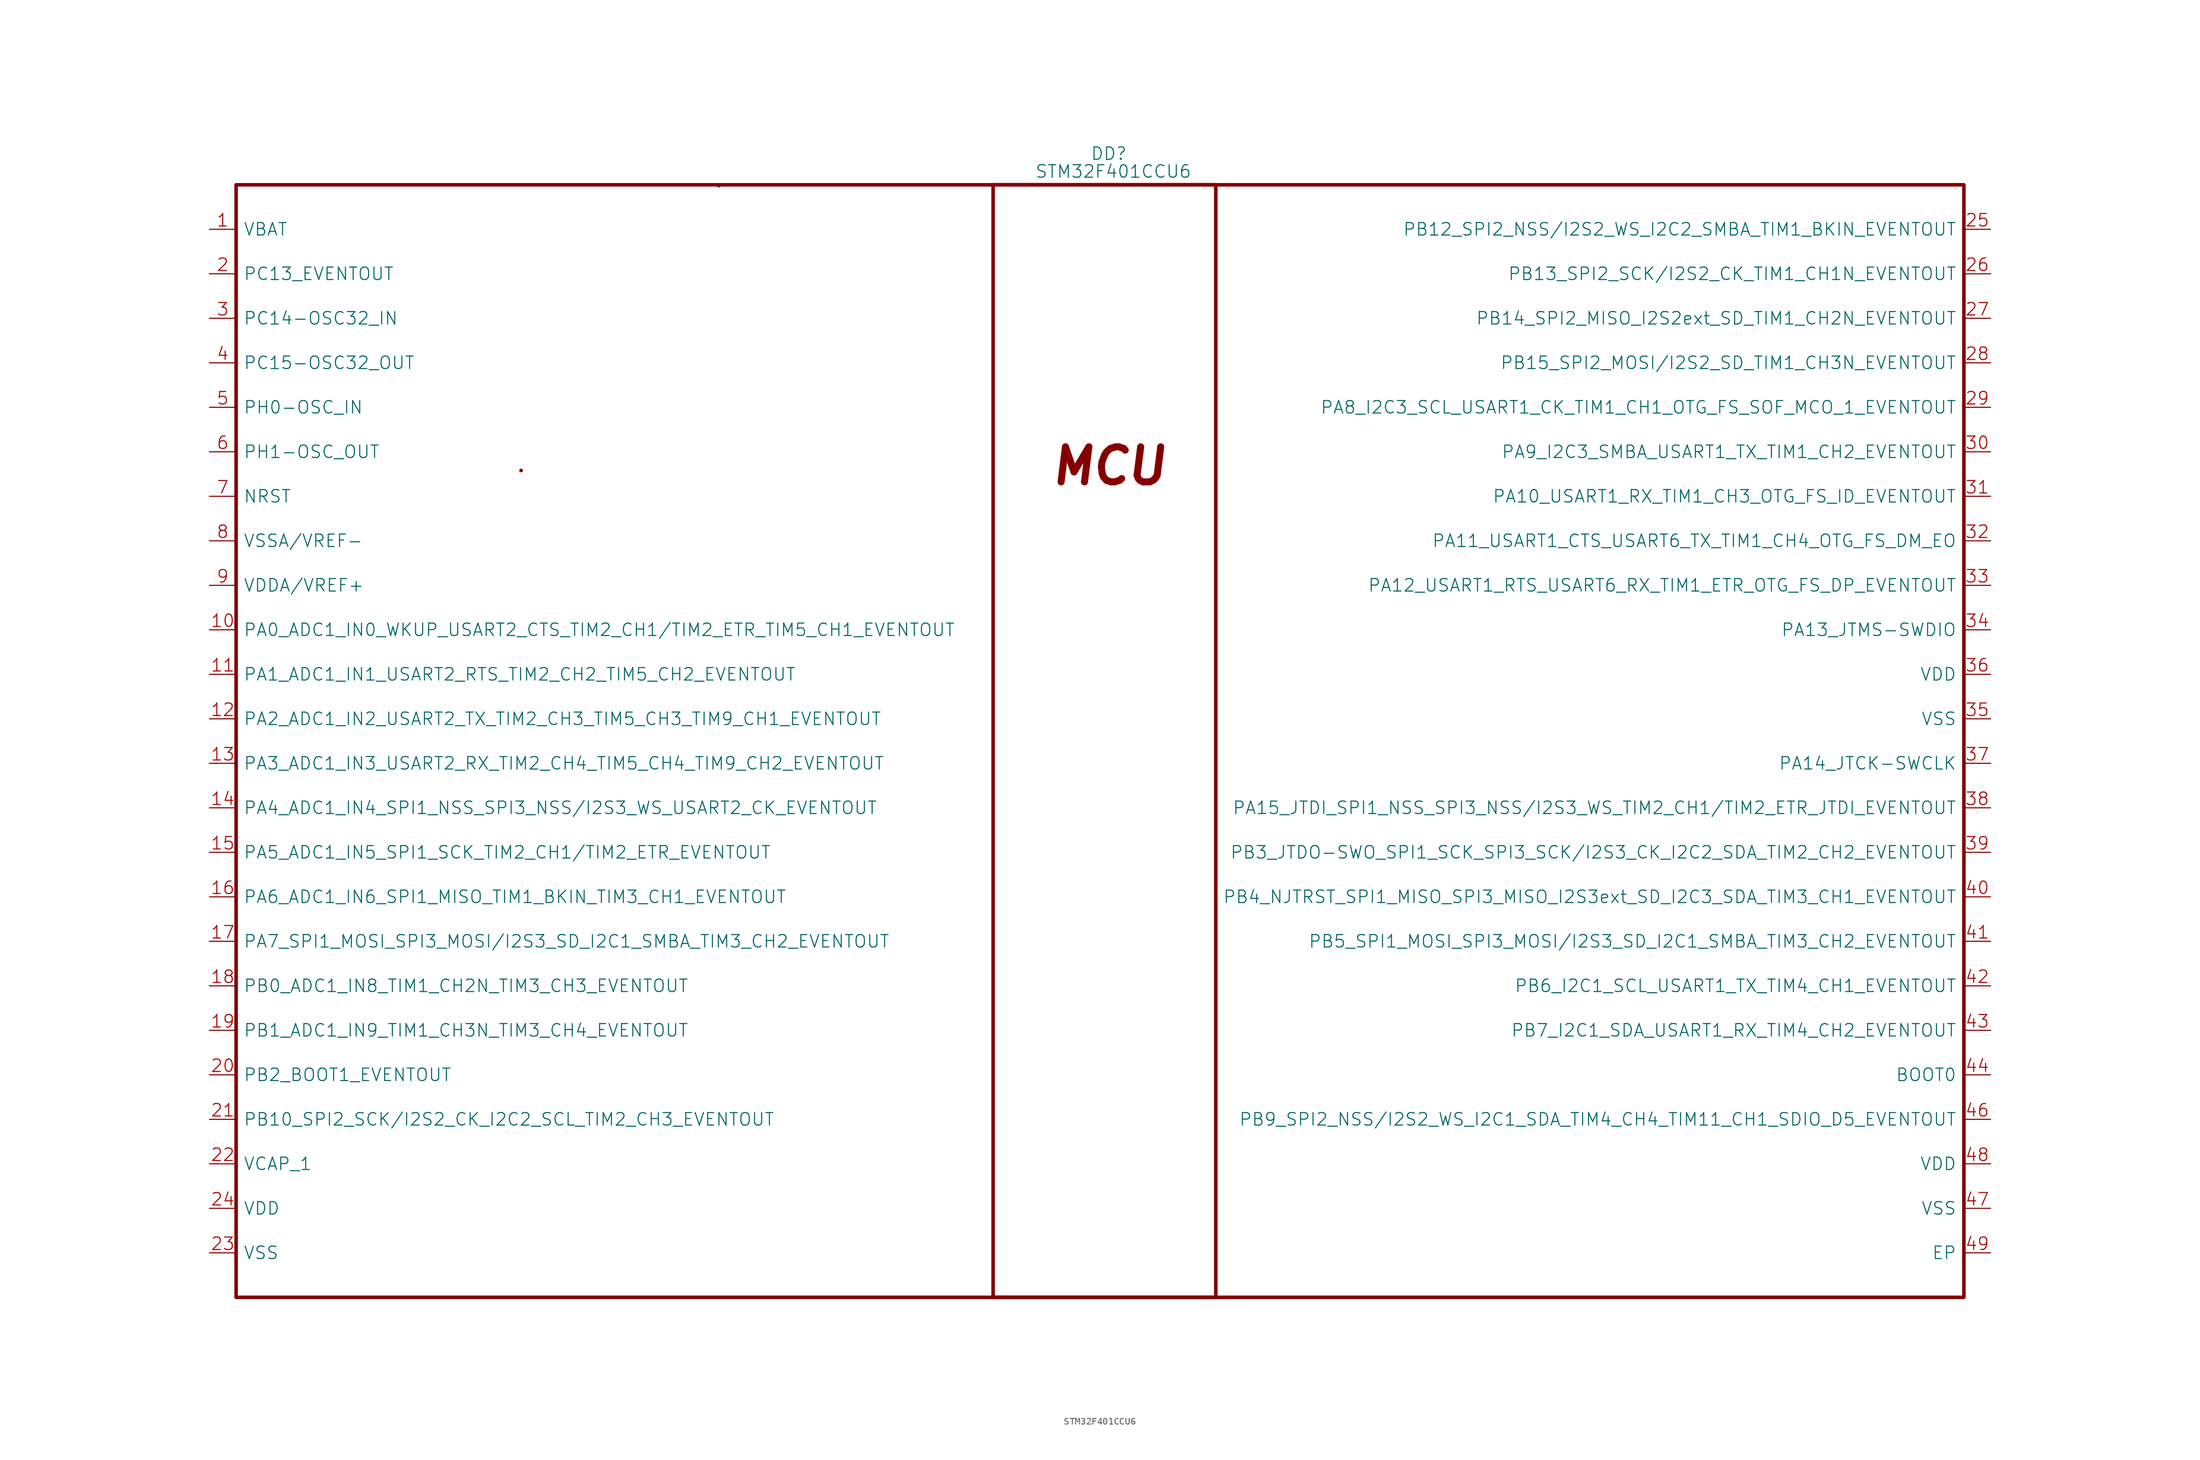
<source format=kicad_sym>
(kicad_symbol_lib
  (version 20211014)
  (generator kicad_symbol_editor)
  (symbol "STM32F401CCU6"
    (pin_names
      (offset 1.016))
    (property "Reference" "DD"
      (at 124.46 4.445 0)
      (effects (font (size 1.778 1.778))))
    (property "Value" "STM32F401CCU6"
      (at 125.095 1.905 0)
      (effects (font (size 1.778 1.778))))
    (symbol "STM32F401CCU6_0_1"
      (polyline (pts (xy 40.64 -40.767) (xy 40.64 -40.767)) (stroke (width 0.508) (type default) (color 0 0 0 0)) (fill (type none)))
      (polyline (pts (xy 40.64 -40.767) (xy 40.64 -40.767)) (stroke (width 0.508) (type default) (color 0 0 0 0)) (fill (type none)))
      (polyline (pts (xy 68.834 -0.127) (xy 68.834 -0.127)) (stroke (width 0.508) (type default) (color 0 0 0 0)) (fill (type none)))
      (rectangle (start 0 0) (end 246.38 -158.75) (stroke (width 0.508) (type default) (color 0 0 0 0)) (fill (type none)))
      (rectangle (start 107.95 0) (end 139.7 -158.75) (stroke (width 0.508) (type default) (color 0 0 0 0)) (fill (type none)))
      (pin bidirectional line (at 250.19 -6.35 180) (length 3.81) (name "PB12_SPI2_NSS/I2S2_WS_I2C2_SMBA_TIM1_BKIN_EVENTOUT" (effects (font (size 1.778 1.778)))) (number "25" (effects (font (size 1.778 1.778))))))
    (symbol "STM32F401CCU6_1_1"
      (text "MCU" (at 124.46 -40.132 0) (effects (font (size 5.004 5.004) bold italic)))
      (pin power_in line (at -3.81 -6.35 0) (length 3.81) (name "VBAT" (effects (font (size 1.778 1.778)))) (number "1" (effects (font (size 1.778 1.778)))))
      (pin bidirectional line (at -3.81 -63.5 0) (length 3.81) (name "PA0_ADC1_IN0_WKUP_USART2_CTS_TIM2_CH1/TIM2_ETR_TIM5_CH1_EVENTOUT" (effects (font (size 1.778 1.778)))) (number "10" (effects (font (size 1.778 1.778)))))
      (pin bidirectional line (at -3.81 -69.85 0) (length 3.81) (name "PA1_ADC1_IN1_USART2_RTS_TIM2_CH2_TIM5_CH2_EVENTOUT" (effects (font (size 1.778 1.778)))) (number "11" (effects (font (size 1.778 1.778)))))
      (pin bidirectional line (at -3.81 -76.2 0) (length 3.81) (name "PA2_ADC1_IN2_USART2_TX_TIM2_CH3_TIM5_CH3_TIM9_CH1_EVENTOUT" (effects (font (size 1.778 1.778)))) (number "12" (effects (font (size 1.778 1.778)))))
      (pin bidirectional line (at -3.81 -82.55 0) (length 3.81) (name "PA3_ADC1_IN3_USART2_RX_TIM2_CH4_TIM5_CH4_TIM9_CH2_EVENTOUT" (effects (font (size 1.778 1.778)))) (number "13" (effects (font (size 1.778 1.778)))))
      (pin bidirectional line (at -3.81 -88.9 0) (length 3.81) (name "PA4_ADC1_IN4_SPI1_NSS_SPI3_NSS/I2S3_WS_USART2_CK_EVENTOUT" (effects (font (size 1.778 1.778)))) (number "14" (effects (font (size 1.778 1.778)))))
      (pin bidirectional line (at -3.81 -95.25 0) (length 3.81) (name "PA5_ADC1_IN5_SPI1_SCK_TIM2_CH1/TIM2_ETR_EVENTOUT" (effects (font (size 1.778 1.778)))) (number "15" (effects (font (size 1.778 1.778)))))
      (pin bidirectional line (at -3.81 -101.6 0) (length 3.81) (name "PA6_ADC1_IN6_SPI1_MISO_TIM1_BKIN_TIM3_CH1_EVENTOUT" (effects (font (size 1.778 1.778)))) (number "16" (effects (font (size 1.778 1.778)))))
      (pin bidirectional line (at -3.81 -107.95 0) (length 3.81) (name "PA7_SPI1_MOSI_SPI3_MOSI/I2S3_SD_I2C1_SMBA_TIM3_CH2_EVENTOUT" (effects (font (size 1.778 1.778)))) (number "17" (effects (font (size 1.778 1.778)))))
      (pin bidirectional line (at -3.81 -114.3 0) (length 3.81) (name "PB0_ADC1_IN8_TIM1_CH2N_TIM3_CH3_EVENTOUT" (effects (font (size 1.778 1.778)))) (number "18" (effects (font (size 1.778 1.778)))))
      (pin bidirectional line (at -3.81 -120.65 0) (length 3.81) (name "PB1_ADC1_IN9_TIM1_CH3N_TIM3_CH4_EVENTOUT" (effects (font (size 1.778 1.778)))) (number "19" (effects (font (size 1.778 1.778)))))
      (pin bidirectional line (at -3.81 -12.7 0) (length 3.81) (name "PC13_EVENTOUT" (effects (font (size 1.778 1.778)))) (number "2" (effects (font (size 1.778 1.778)))))
      (pin bidirectional line (at -3.81 -127 0) (length 3.81) (name "PB2_BOOT1_EVENTOUT" (effects (font (size 1.778 1.778)))) (number "20" (effects (font (size 1.778 1.778)))))
      (pin bidirectional line (at -3.81 -133.35 0) (length 3.81) (name "PB10_SPI2_SCK/I2S2_CK_I2C2_SCL_TIM2_CH3_EVENTOUT" (effects (font (size 1.778 1.778)))) (number "21" (effects (font (size 1.778 1.778)))))
      (pin power_in line (at -3.81 -139.7 0) (length 3.81) (name "VCAP_1" (effects (font (size 1.778 1.778)))) (number "22" (effects (font (size 1.778 1.778)))))
      (pin power_in line (at -3.81 -152.4 0) (length 3.81) (name "VSS" (effects (font (size 1.778 1.778)))) (number "23" (effects (font (size 1.778 1.778)))))
      (pin power_in line (at -3.81 -146.05 0) (length 3.81) (name "VDD" (effects (font (size 1.778 1.778)))) (number "24" (effects (font (size 1.778 1.778)))))
      (pin bidirectional line (at 250.19 -12.7 180) (length 3.81) (name "PB13_SPI2_SCK/I2S2_CK_TIM1_CH1N_EVENTOUT" (effects (font (size 1.778 1.778)))) (number "26" (effects (font (size 1.778 1.778)))))
      (pin bidirectional line (at 250.19 -19.05 180) (length 3.81) (name "PB14_SPI2_MISO_I2S2ext_SD_TIM1_CH2N_EVENTOUT" (effects (font (size 1.778 1.778)))) (number "27" (effects (font (size 1.778 1.778)))))
      (pin bidirectional line (at 250.19 -25.4 180) (length 3.81) (name "PB15_SPI2_MOSI/I2S2_SD_TIM1_CH3N_EVENTOUT" (effects (font (size 1.778 1.778)))) (number "28" (effects (font (size 1.778 1.778)))))
      (pin bidirectional line (at 250.19 -31.75 180) (length 3.81) (name "PA8_I2C3_SCL_USART1_CK_TIM1_CH1_OTG_FS_SOF_MCO_1_EVENTOUT" (effects (font (size 1.778 1.778)))) (number "29" (effects (font (size 1.778 1.778)))))
      (pin input line (at -3.81 -19.05 0) (length 3.81) (name "PC14-OSC32_IN" (effects (font (size 1.778 1.778)))) (number "3" (effects (font (size 1.778 1.778)))))
      (pin bidirectional line (at 250.19 -38.1 180) (length 3.81) (name "PA9_I2C3_SMBA_USART1_TX_TIM1_CH2_EVENTOUT" (effects (font (size 1.778 1.778)))) (number "30" (effects (font (size 1.778 1.778)))))
      (pin bidirectional line (at 250.19 -44.45 180) (length 3.81) (name "PA10_USART1_RX_TIM1_CH3_OTG_FS_ID_EVENTOUT" (effects (font (size 1.778 1.778)))) (number "31" (effects (font (size 1.778 1.778)))))
      (pin bidirectional line (at 250.19 -50.8 180) (length 3.81) (name "PA11_USART1_CTS_USART6_TX_TIM1_CH4_OTG_FS_DM_EO" (effects (font (size 1.778 1.778)))) (number "32" (effects (font (size 1.778 1.778)))))
      (pin passive line (at 250.19 -57.15 180) (length 3.81) (name "PA12_USART1_RTS_USART6_RX_TIM1_ETR_OTG_FS_DP_EVENTOUT" (effects (font (size 1.778 1.778)))) (number "33" (effects (font (size 1.778 1.778)))))
      (pin bidirectional line (at 250.19 -63.5 180) (length 3.81) (name "PA13_JTMS-SWDIO" (effects (font (size 1.778 1.778)))) (number "34" (effects (font (size 1.778 1.778)))))
      (pin power_in line (at 250.19 -76.2 180) (length 3.81) (name "VSS" (effects (font (size 1.778 1.778)))) (number "35" (effects (font (size 1.778 1.778)))))
      (pin power_in line (at 250.19 -69.85 180) (length 3.81) (name "VDD" (effects (font (size 1.778 1.778)))) (number "36" (effects (font (size 1.778 1.778)))))
      (pin bidirectional line (at 250.19 -82.55 180) (length 3.81) (name "PA14_JTCK-SWCLK" (effects (font (size 1.778 1.778)))) (number "37" (effects (font (size 1.778 1.778)))))
      (pin bidirectional line (at 250.19 -88.9 180) (length 3.81) (name "PA15_JTDI_SPI1_NSS_SPI3_NSS/I2S3_WS_TIM2_CH1/TIM2_ETR_JTDI_EVENTOUT" (effects (font (size 1.778 1.778)))) (number "38" (effects (font (size 1.778 1.778)))))
      (pin bidirectional line (at 250.19 -95.25 180) (length 3.81) (name "PB3_JTDO-SWO_SPI1_SCK_SPI3_SCK/I2S3_CK_I2C2_SDA_TIM2_CH2_EVENTOUT" (effects (font (size 1.778 1.778)))) (number "39" (effects (font (size 1.778 1.778)))))
      (pin input line (at -3.81 -25.4 0) (length 3.81) (name "PC15-OSC32_OUT" (effects (font (size 1.778 1.778)))) (number "4" (effects (font (size 1.778 1.778)))))
      (pin bidirectional line (at 250.19 -101.6 180) (length 3.81) (name "PB4_NJTRST_SPI1_MISO_SPI3_MISO_I2S3ext_SD_I2C3_SDA_TIM3_CH1_EVENTOUT" (effects (font (size 1.778 1.778)))) (number "40" (effects (font (size 1.778 1.778)))))
      (pin bidirectional line (at 250.19 -107.95 180) (length 3.81) (name "PB5_SPI1_MOSI_SPI3_MOSI/I2S3_SD_I2C1_SMBA_TIM3_CH2_EVENTOUT" (effects (font (size 1.778 1.778)))) (number "41" (effects (font (size 1.778 1.778)))))
      (pin bidirectional line (at 250.19 -114.3 180) (length 3.81) (name "PB6_I2C1_SCL_USART1_TX_TIM4_CH1_EVENTOUT" (effects (font (size 1.778 1.778)))) (number "42" (effects (font (size 1.778 1.778)))))
      (pin bidirectional line (at 250.19 -120.65 180) (length 3.81) (name "PB7_I2C1_SDA_USART1_RX_TIM4_CH2_EVENTOUT" (effects (font (size 1.778 1.778)))) (number "43" (effects (font (size 1.778 1.778)))))
      (pin bidirectional line (at 250.19 -127 180) (length 3.81) (name "BOOT0" (effects (font (size 1.778 1.778)))) (number "44" (effects (font (size 1.778 1.778)))))
      (pin bidirectional line (at 250.19 -133.35 180) (length 3.81) (name "PB9_SPI2_NSS/I2S2_WS_I2C1_SDA_TIM4_CH4_TIM11_CH1_SDIO_D5_EVENTOUT" (effects (font (size 1.778 1.778)))) (number "46" (effects (font (size 1.778 1.778)))))
      (pin power_in line (at 250.19 -146.05 180) (length 3.81) (name "VSS" (effects (font (size 1.778 1.778)))) (number "47" (effects (font (size 1.778 1.778)))))
      (pin power_in line (at 250.19 -139.7 180) (length 3.81) (name "VDD" (effects (font (size 1.778 1.778)))) (number "48" (effects (font (size 1.778 1.778)))))
      (pin power_in line (at 250.19 -152.4 180) (length 3.81) (name "EP" (effects (font (size 1.778 1.778)))) (number "49" (effects (font (size 1.778 1.778)))))
      (pin input line (at -3.81 -31.75 0) (length 3.81) (name "PH0-OSC_IN" (effects (font (size 1.778 1.778)))) (number "5" (effects (font (size 1.778 1.778)))))
      (pin input line (at -3.81 -38.1 0) (length 3.81) (name "PH1-OSC_OUT" (effects (font (size 1.778 1.778)))) (number "6" (effects (font (size 1.778 1.778)))))
      (pin bidirectional line (at -3.81 -44.45 0) (length 3.81) (name "NRST" (effects (font (size 1.778 1.778)))) (number "7" (effects (font (size 1.778 1.778)))))
      (pin power_in line (at -3.81 -50.8 0) (length 3.81) (name "VSSA/VREF-" (effects (font (size 1.778 1.778)))) (number "8" (effects (font (size 1.778 1.778)))))
      (pin power_in line (at -3.81 -57.15 0) (length 3.81) (name "VDDA/VREF+" (effects (font (size 1.778 1.778)))) (number "9" (effects (font (size 1.778 1.778))))))))
</source>
